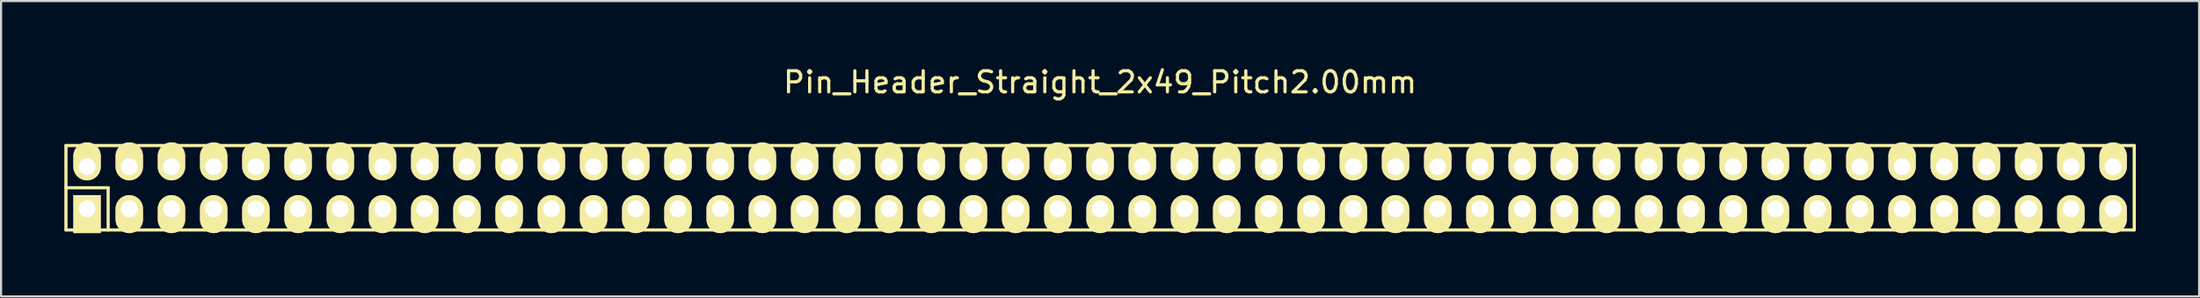
<source format=kicad_pcb>
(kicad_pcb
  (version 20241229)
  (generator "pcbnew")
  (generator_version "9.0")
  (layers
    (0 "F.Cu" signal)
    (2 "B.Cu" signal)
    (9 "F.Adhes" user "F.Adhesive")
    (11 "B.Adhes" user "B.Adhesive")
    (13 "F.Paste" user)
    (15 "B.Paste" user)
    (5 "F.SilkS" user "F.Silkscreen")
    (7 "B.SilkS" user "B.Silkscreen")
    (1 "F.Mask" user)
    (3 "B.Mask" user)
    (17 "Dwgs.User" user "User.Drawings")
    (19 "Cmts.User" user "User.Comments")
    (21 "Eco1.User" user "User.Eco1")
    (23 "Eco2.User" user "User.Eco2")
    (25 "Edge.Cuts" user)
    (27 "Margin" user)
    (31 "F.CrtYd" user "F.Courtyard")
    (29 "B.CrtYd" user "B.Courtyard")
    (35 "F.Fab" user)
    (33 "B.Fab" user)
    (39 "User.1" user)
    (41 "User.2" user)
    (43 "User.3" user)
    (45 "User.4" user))
  (footprint "Pin_Header_Straight_2x49_Pitch2.00mm"
    (layer "F.Cu")
    (at 49.075 5.848)
    (property "Reference" "Pin_Header_Straight_2x49_Pitch2.00mm" (at 0 -5 0) (layer "F.SilkS") (effects (font (size 1 1) (thickness 0.15))))
    (attr through_hole)
    (fp_line (start -49 -2) (end 49 -2) (stroke (width 0.15) (type solid)) (layer "F.SilkS"))
    (fp_line (start -49 0) (end -47 0) (stroke (width 0.15) (type solid)) (layer "F.SilkS"))
    (fp_line (start -49 2) (end -49 -2) (stroke (width 0.15) (type solid)) (layer "F.SilkS"))
    (fp_line (start -47 0) (end -47 2) (stroke (width 0.15) (type solid)) (layer "F.SilkS"))
    (fp_line (start 49 -2) (end 49 2) (stroke (width 0.15) (type solid)) (layer "F.SilkS"))
    (fp_line (start 49 2) (end -49 2) (stroke (width 0.15) (type solid)) (layer "F.SilkS"))
    (pad "1" thru_hole rect (at -48 1) (size 1.3 1.8) (drill 0.8 (offset 0 0.25)) (layers "*.Cu" "*.Mask" "F.SilkS"))
    (pad "2" thru_hole oval (at -48 -1) (size 1.3 1.8) (drill 0.8 (offset 0 -0.25)) (layers "*.Cu" "*.Mask" "F.SilkS"))
    (pad "3" thru_hole oval (at -46 1) (size 1.3 1.8) (drill 0.8 (offset 0 0.25)) (layers "*.Cu" "*.Mask" "F.SilkS"))
    (pad "4" thru_hole oval (at -46 -1) (size 1.3 1.8) (drill 0.8 (offset 0 -0.25)) (layers "*.Cu" "*.Mask" "F.SilkS"))
    (pad "5" thru_hole oval (at -44 1) (size 1.3 1.8) (drill 0.8 (offset 0 0.25)) (layers "*.Cu" "*.Mask" "F.SilkS"))
    (pad "6" thru_hole oval (at -44 -1) (size 1.3 1.8) (drill 0.8 (offset 0 -0.25)) (layers "*.Cu" "*.Mask" "F.SilkS"))
    (pad "7" thru_hole oval (at -42 1) (size 1.3 1.8) (drill 0.8 (offset 0 0.25)) (layers "*.Cu" "*.Mask" "F.SilkS"))
    (pad "8" thru_hole oval (at -42 -1) (size 1.3 1.8) (drill 0.8 (offset 0 -0.25)) (layers "*.Cu" "*.Mask" "F.SilkS"))
    (pad "9" thru_hole oval (at -40 1) (size 1.3 1.8) (drill 0.8 (offset 0 0.25)) (layers "*.Cu" "*.Mask" "F.SilkS"))
    (pad "10" thru_hole oval (at -40 -1) (size 1.3 1.8) (drill 0.8 (offset 0 -0.25)) (layers "*.Cu" "*.Mask" "F.SilkS"))
    (pad "11" thru_hole oval (at -38 1) (size 1.3 1.8) (drill 0.8 (offset 0 0.25)) (layers "*.Cu" "*.Mask" "F.SilkS"))
    (pad "12" thru_hole oval (at -38 -1) (size 1.3 1.8) (drill 0.8 (offset 0 -0.25)) (layers "*.Cu" "*.Mask" "F.SilkS"))
    (pad "13" thru_hole oval (at -36 1) (size 1.3 1.8) (drill 0.8 (offset 0 0.25)) (layers "*.Cu" "*.Mask" "F.SilkS"))
    (pad "14" thru_hole oval (at -36 -1) (size 1.3 1.8) (drill 0.8 (offset 0 -0.25)) (layers "*.Cu" "*.Mask" "F.SilkS"))
    (pad "15" thru_hole oval (at -34 1) (size 1.3 1.8) (drill 0.8 (offset 0 0.25)) (layers "*.Cu" "*.Mask" "F.SilkS"))
    (pad "16" thru_hole oval (at -34 -1) (size 1.3 1.8) (drill 0.8 (offset 0 -0.25)) (layers "*.Cu" "*.Mask" "F.SilkS"))
    (pad "17" thru_hole oval (at -32 1) (size 1.3 1.8) (drill 0.8 (offset 0 0.25)) (layers "*.Cu" "*.Mask" "F.SilkS"))
    (pad "18" thru_hole oval (at -32 -1) (size 1.3 1.8) (drill 0.8 (offset 0 -0.25)) (layers "*.Cu" "*.Mask" "F.SilkS"))
    (pad "19" thru_hole oval (at -30 1) (size 1.3 1.8) (drill 0.8 (offset 0 0.25)) (layers "*.Cu" "*.Mask" "F.SilkS"))
    (pad "20" thru_hole oval (at -30 -1) (size 1.3 1.8) (drill 0.8 (offset 0 -0.25)) (layers "*.Cu" "*.Mask" "F.SilkS"))
    (pad "21" thru_hole oval (at -28 1) (size 1.3 1.8) (drill 0.8 (offset 0 0.25)) (layers "*.Cu" "*.Mask" "F.SilkS"))
    (pad "22" thru_hole oval (at -28 -1) (size 1.3 1.8) (drill 0.8 (offset 0 -0.25)) (layers "*.Cu" "*.Mask" "F.SilkS"))
    (pad "23" thru_hole oval (at -26 1) (size 1.3 1.8) (drill 0.8 (offset 0 0.25)) (layers "*.Cu" "*.Mask" "F.SilkS"))
    (pad "24" thru_hole oval (at -26 -1) (size 1.3 1.8) (drill 0.8 (offset 0 -0.25)) (layers "*.Cu" "*.Mask" "F.SilkS"))
    (pad "25" thru_hole oval (at -24 1) (size 1.3 1.8) (drill 0.8 (offset 0 0.25)) (layers "*.Cu" "*.Mask" "F.SilkS"))
    (pad "26" thru_hole oval (at -24 -1) (size 1.3 1.8) (drill 0.8 (offset 0 -0.25)) (layers "*.Cu" "*.Mask" "F.SilkS"))
    (pad "27" thru_hole oval (at -22 1) (size 1.3 1.8) (drill 0.8 (offset 0 0.25)) (layers "*.Cu" "*.Mask" "F.SilkS"))
    (pad "28" thru_hole oval (at -22 -1) (size 1.3 1.8) (drill 0.8 (offset 0 -0.25)) (layers "*.Cu" "*.Mask" "F.SilkS"))
    (pad "29" thru_hole oval (at -20 1) (size 1.3 1.8) (drill 0.8 (offset 0 0.25)) (layers "*.Cu" "*.Mask" "F.SilkS"))
    (pad "30" thru_hole oval (at -20 -1) (size 1.3 1.8) (drill 0.8 (offset 0 -0.25)) (layers "*.Cu" "*.Mask" "F.SilkS"))
    (pad "31" thru_hole oval (at -18 1) (size 1.3 1.8) (drill 0.8 (offset 0 0.25)) (layers "*.Cu" "*.Mask" "F.SilkS"))
    (pad "32" thru_hole oval (at -18 -1) (size 1.3 1.8) (drill 0.8 (offset 0 -0.25)) (layers "*.Cu" "*.Mask" "F.SilkS"))
    (pad "33" thru_hole oval (at -16 1) (size 1.3 1.8) (drill 0.8 (offset 0 0.25)) (layers "*.Cu" "*.Mask" "F.SilkS"))
    (pad "34" thru_hole oval (at -16 -1) (size 1.3 1.8) (drill 0.8 (offset 0 -0.25)) (layers "*.Cu" "*.Mask" "F.SilkS"))
    (pad "35" thru_hole oval (at -14 1) (size 1.3 1.8) (drill 0.8 (offset 0 0.25)) (layers "*.Cu" "*.Mask" "F.SilkS"))
    (pad "36" thru_hole oval (at -14 -1) (size 1.3 1.8) (drill 0.8 (offset 0 -0.25)) (layers "*.Cu" "*.Mask" "F.SilkS"))
    (pad "37" thru_hole oval (at -12 1) (size 1.3 1.8) (drill 0.8 (offset 0 0.25)) (layers "*.Cu" "*.Mask" "F.SilkS"))
    (pad "38" thru_hole oval (at -12 -1) (size 1.3 1.8) (drill 0.8 (offset 0 -0.25)) (layers "*.Cu" "*.Mask" "F.SilkS"))
    (pad "39" thru_hole oval (at -10 1) (size 1.3 1.8) (drill 0.8 (offset 0 0.25)) (layers "*.Cu" "*.Mask" "F.SilkS"))
    (pad "40" thru_hole oval (at -10 -1) (size 1.3 1.8) (drill 0.8 (offset 0 -0.25)) (layers "*.Cu" "*.Mask" "F.SilkS"))
    (pad "41" thru_hole oval (at -8 1) (size 1.3 1.8) (drill 0.8 (offset 0 0.25)) (layers "*.Cu" "*.Mask" "F.SilkS"))
    (pad "42" thru_hole oval (at -8 -1) (size 1.3 1.8) (drill 0.8 (offset 0 -0.25)) (layers "*.Cu" "*.Mask" "F.SilkS"))
    (pad "43" thru_hole oval (at -6 1) (size 1.3 1.8) (drill 0.8 (offset 0 0.25)) (layers "*.Cu" "*.Mask" "F.SilkS"))
    (pad "44" thru_hole oval (at -6 -1) (size 1.3 1.8) (drill 0.8 (offset 0 -0.25)) (layers "*.Cu" "*.Mask" "F.SilkS"))
    (pad "45" thru_hole oval (at -4 1) (size 1.3 1.8) (drill 0.8 (offset 0 0.25)) (layers "*.Cu" "*.Mask" "F.SilkS"))
    (pad "46" thru_hole oval (at -4 -1) (size 1.3 1.8) (drill 0.8 (offset 0 -0.25)) (layers "*.Cu" "*.Mask" "F.SilkS"))
    (pad "47" thru_hole oval (at -2 1) (size 1.3 1.8) (drill 0.8 (offset 0 0.25)) (layers "*.Cu" "*.Mask" "F.SilkS"))
    (pad "48" thru_hole oval (at -2 -1) (size 1.3 1.8) (drill 0.8 (offset 0 -0.25)) (layers "*.Cu" "*.Mask" "F.SilkS"))
    (pad "49" thru_hole oval (at 0 1) (size 1.3 1.8) (drill 0.8 (offset 0 0.25)) (layers "*.Cu" "*.Mask" "F.SilkS"))
    (pad "50" thru_hole oval (at 0 -1) (size 1.3 1.8) (drill 0.8 (offset 0 -0.25)) (layers "*.Cu" "*.Mask" "F.SilkS"))
    (pad "51" thru_hole oval (at 2 1) (size 1.3 1.8) (drill 0.8 (offset 0 0.25)) (layers "*.Cu" "*.Mask" "F.SilkS"))
    (pad "52" thru_hole oval (at 2 -1) (size 1.3 1.8) (drill 0.8 (offset 0 -0.25)) (layers "*.Cu" "*.Mask" "F.SilkS"))
    (pad "53" thru_hole oval (at 4 1) (size 1.3 1.8) (drill 0.8 (offset 0 0.25)) (layers "*.Cu" "*.Mask" "F.SilkS"))
    (pad "54" thru_hole oval (at 4 -1) (size 1.3 1.8) (drill 0.8 (offset 0 -0.25)) (layers "*.Cu" "*.Mask" "F.SilkS"))
    (pad "55" thru_hole oval (at 6 1) (size 1.3 1.8) (drill 0.8 (offset 0 0.25)) (layers "*.Cu" "*.Mask" "F.SilkS"))
    (pad "56" thru_hole oval (at 6 -1) (size 1.3 1.8) (drill 0.8 (offset 0 -0.25)) (layers "*.Cu" "*.Mask" "F.SilkS"))
    (pad "57" thru_hole oval (at 8 1) (size 1.3 1.8) (drill 0.8 (offset 0 0.25)) (layers "*.Cu" "*.Mask" "F.SilkS"))
    (pad "58" thru_hole oval (at 8 -1) (size 1.3 1.8) (drill 0.8 (offset 0 -0.25)) (layers "*.Cu" "*.Mask" "F.SilkS"))
    (pad "59" thru_hole oval (at 10 1) (size 1.3 1.8) (drill 0.8 (offset 0 0.25)) (layers "*.Cu" "*.Mask" "F.SilkS"))
    (pad "60" thru_hole oval (at 10 -1) (size 1.3 1.8) (drill 0.8 (offset 0 -0.25)) (layers "*.Cu" "*.Mask" "F.SilkS"))
    (pad "61" thru_hole oval (at 12 1) (size 1.3 1.8) (drill 0.8 (offset 0 0.25)) (layers "*.Cu" "*.Mask" "F.SilkS"))
    (pad "62" thru_hole oval (at 12 -1) (size 1.3 1.8) (drill 0.8 (offset 0 -0.25)) (layers "*.Cu" "*.Mask" "F.SilkS"))
    (pad "63" thru_hole oval (at 14 1) (size 1.3 1.8) (drill 0.8 (offset 0 0.25)) (layers "*.Cu" "*.Mask" "F.SilkS"))
    (pad "64" thru_hole oval (at 14 -1) (size 1.3 1.8) (drill 0.8 (offset 0 -0.25)) (layers "*.Cu" "*.Mask" "F.SilkS"))
    (pad "65" thru_hole oval (at 16 1) (size 1.3 1.8) (drill 0.8 (offset 0 0.25)) (layers "*.Cu" "*.Mask" "F.SilkS"))
    (pad "66" thru_hole oval (at 16 -1) (size 1.3 1.8) (drill 0.8 (offset 0 -0.25)) (layers "*.Cu" "*.Mask" "F.SilkS"))
    (pad "67" thru_hole oval (at 18 1) (size 1.3 1.8) (drill 0.8 (offset 0 0.25)) (layers "*.Cu" "*.Mask" "F.SilkS"))
    (pad "68" thru_hole oval (at 18 -1) (size 1.3 1.8) (drill 0.8 (offset 0 -0.25)) (layers "*.Cu" "*.Mask" "F.SilkS"))
    (pad "69" thru_hole oval (at 20 1) (size 1.3 1.8) (drill 0.8 (offset 0 0.25)) (layers "*.Cu" "*.Mask" "F.SilkS"))
    (pad "70" thru_hole oval (at 20 -1) (size 1.3 1.8) (drill 0.8 (offset 0 -0.25)) (layers "*.Cu" "*.Mask" "F.SilkS"))
    (pad "71" thru_hole oval (at 22 1) (size 1.3 1.8) (drill 0.8 (offset 0 0.25)) (layers "*.Cu" "*.Mask" "F.SilkS"))
    (pad "72" thru_hole oval (at 22 -1) (size 1.3 1.8) (drill 0.8 (offset 0 -0.25)) (layers "*.Cu" "*.Mask" "F.SilkS"))
    (pad "73" thru_hole oval (at 24 1) (size 1.3 1.8) (drill 0.8 (offset 0 0.25)) (layers "*.Cu" "*.Mask" "F.SilkS"))
    (pad "74" thru_hole oval (at 24 -1) (size 1.3 1.8) (drill 0.8 (offset 0 -0.25)) (layers "*.Cu" "*.Mask" "F.SilkS"))
    (pad "75" thru_hole oval (at 26 1) (size 1.3 1.8) (drill 0.8 (offset 0 0.25)) (layers "*.Cu" "*.Mask" "F.SilkS"))
    (pad "76" thru_hole oval (at 26 -1) (size 1.3 1.8) (drill 0.8 (offset 0 -0.25)) (layers "*.Cu" "*.Mask" "F.SilkS"))
    (pad "77" thru_hole oval (at 28 1) (size 1.3 1.8) (drill 0.8 (offset 0 0.25)) (layers "*.Cu" "*.Mask" "F.SilkS"))
    (pad "78" thru_hole oval (at 28 -1) (size 1.3 1.8) (drill 0.8 (offset 0 -0.25)) (layers "*.Cu" "*.Mask" "F.SilkS"))
    (pad "79" thru_hole oval (at 30 1) (size 1.3 1.8) (drill 0.8 (offset 0 0.25)) (layers "*.Cu" "*.Mask" "F.SilkS"))
    (pad "80" thru_hole oval (at 30 -1) (size 1.3 1.8) (drill 0.8 (offset 0 -0.25)) (layers "*.Cu" "*.Mask" "F.SilkS"))
    (pad "81" thru_hole oval (at 32 1) (size 1.3 1.8) (drill 0.8 (offset 0 0.25)) (layers "*.Cu" "*.Mask" "F.SilkS"))
    (pad "82" thru_hole oval (at 32 -1) (size 1.3 1.8) (drill 0.8 (offset 0 -0.25)) (layers "*.Cu" "*.Mask" "F.SilkS"))
    (pad "83" thru_hole oval (at 34 1) (size 1.3 1.8) (drill 0.8 (offset 0 0.25)) (layers "*.Cu" "*.Mask" "F.SilkS"))
    (pad "84" thru_hole oval (at 34 -1) (size 1.3 1.8) (drill 0.8 (offset 0 -0.25)) (layers "*.Cu" "*.Mask" "F.SilkS"))
    (pad "85" thru_hole oval (at 36 1) (size 1.3 1.8) (drill 0.8 (offset 0 0.25)) (layers "*.Cu" "*.Mask" "F.SilkS"))
    (pad "86" thru_hole oval (at 36 -1) (size 1.3 1.8) (drill 0.8 (offset 0 -0.25)) (layers "*.Cu" "*.Mask" "F.SilkS"))
    (pad "87" thru_hole oval (at 38 1) (size 1.3 1.8) (drill 0.8 (offset 0 0.25)) (layers "*.Cu" "*.Mask" "F.SilkS"))
    (pad "88" thru_hole oval (at 38 -1) (size 1.3 1.8) (drill 0.8 (offset 0 -0.25)) (layers "*.Cu" "*.Mask" "F.SilkS"))
    (pad "89" thru_hole oval (at 40 1) (size 1.3 1.8) (drill 0.8 (offset 0 0.25)) (layers "*.Cu" "*.Mask" "F.SilkS"))
    (pad "90" thru_hole oval (at 40 -1) (size 1.3 1.8) (drill 0.8 (offset 0 -0.25)) (layers "*.Cu" "*.Mask" "F.SilkS"))
    (pad "91" thru_hole oval (at 42 1) (size 1.3 1.8) (drill 0.8 (offset 0 0.25)) (layers "*.Cu" "*.Mask" "F.SilkS"))
    (pad "92" thru_hole oval (at 42 -1) (size 1.3 1.8) (drill 0.8 (offset 0 -0.25)) (layers "*.Cu" "*.Mask" "F.SilkS"))
    (pad "93" thru_hole oval (at 44 1) (size 1.3 1.8) (drill 0.8 (offset 0 0.25)) (layers "*.Cu" "*.Mask" "F.SilkS"))
    (pad "94" thru_hole oval (at 44 -1) (size 1.3 1.8) (drill 0.8 (offset 0 -0.25)) (layers "*.Cu" "*.Mask" "F.SilkS"))
    (pad "95" thru_hole oval (at 46 1) (size 1.3 1.8) (drill 0.8 (offset 0 0.25)) (layers "*.Cu" "*.Mask" "F.SilkS"))
    (pad "96" thru_hole oval (at 46 -1) (size 1.3 1.8) (drill 0.8 (offset 0 -0.25)) (layers "*.Cu" "*.Mask" "F.SilkS"))
    (pad "97" thru_hole oval (at 48 1) (size 1.3 1.8) (drill 0.8 (offset 0 0.25)) (layers "*.Cu" "*.Mask" "F.SilkS"))
    (pad "98" thru_hole oval (at 48 -1) (size 1.3 1.8) (drill 0.8 (offset 0 -0.25)) (layers "*.Cu" "*.Mask" "F.SilkS")))
  (gr_rect
    (start -3 -3)
    (end 101.15 10.998)
    (stroke (width 0.1) (type default))
    (fill no)
    (layer "Edge.Cuts")))
</source>
